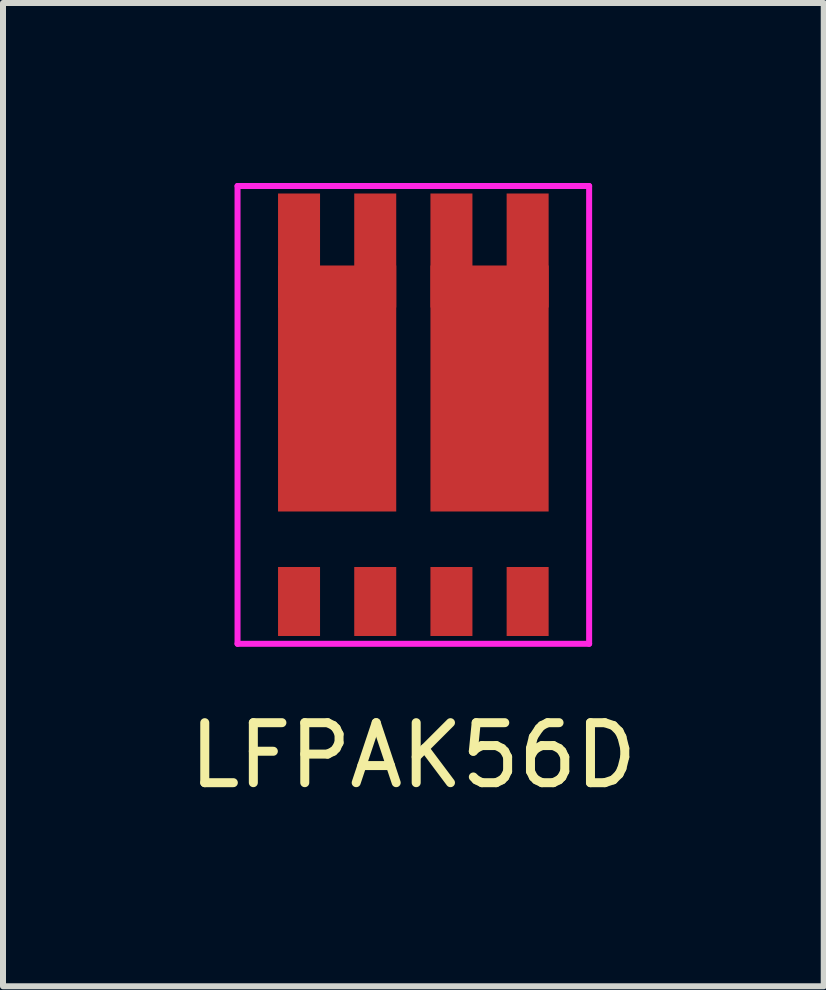
<source format=kicad_pcb>
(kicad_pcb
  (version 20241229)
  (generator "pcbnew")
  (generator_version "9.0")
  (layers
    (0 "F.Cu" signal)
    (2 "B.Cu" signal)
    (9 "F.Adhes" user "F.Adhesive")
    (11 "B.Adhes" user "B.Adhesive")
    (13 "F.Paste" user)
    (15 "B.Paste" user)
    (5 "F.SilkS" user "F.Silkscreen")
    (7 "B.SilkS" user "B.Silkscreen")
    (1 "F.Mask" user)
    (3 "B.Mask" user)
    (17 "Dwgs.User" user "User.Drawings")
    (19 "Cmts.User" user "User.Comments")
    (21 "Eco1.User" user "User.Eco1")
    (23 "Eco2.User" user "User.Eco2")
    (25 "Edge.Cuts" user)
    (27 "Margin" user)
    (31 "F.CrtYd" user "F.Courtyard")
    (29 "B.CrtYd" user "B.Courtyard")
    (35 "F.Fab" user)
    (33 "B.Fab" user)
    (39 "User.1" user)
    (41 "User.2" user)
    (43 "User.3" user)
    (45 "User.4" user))
  (footprint "LFPAK56D"
    (layer "F.Cu")
    (at 3.839 3.7)
    (property "Reference" "LFPAK56D" (at 0 5.84 0) (layer "F.SilkS") (effects (font (size 1 1) (thickness 0.15))))
    (attr through_hole)
    (fp_poly (pts (xy -0.72 -0.25) (xy -1.82 -0.25) (xy -1.82 -1.25) (xy -0.72 -1.25)) (stroke (width 0.1) (type solid)) (fill yes) (layer "F.Paste"))
    (fp_poly (pts (xy -0.72 1.55) (xy -1.82 1.55) (xy -1.82 0.55) (xy -0.72 0.55)) (stroke (width 0.1) (type solid)) (fill yes) (layer "F.Paste"))
    (fp_poly (pts (xy 1.82 -0.25) (xy 0.72 -0.25) (xy 0.72 -1.25) (xy 1.82 -1.25)) (stroke (width 0.1) (type solid)) (fill yes) (layer "F.Paste"))
    (fp_poly (pts (xy 1.82 1.55) (xy 0.72 1.55) (xy 0.72 0.55) (xy 1.82 0.55)) (stroke (width 0.1) (type solid)) (fill yes) (layer "F.Paste"))
    (fp_line (start -2.93 -3.65) (end 2.93 -3.65) (stroke (width 0.1) (type solid)) (layer "F.CrtYd"))
    (fp_line (start -2.93 3.98) (end -2.93 -3.65) (stroke (width 0.1) (type solid)) (layer "F.CrtYd"))
    (fp_line (start 2.93 -3.65) (end 2.93 3.98) (stroke (width 0.1) (type solid)) (layer "F.CrtYd"))
    (fp_line (start 2.93 3.98) (end -2.93 3.98) (stroke (width 0.1) (type solid)) (layer "F.CrtYd"))
    (pad "1" smd rect (at -1.905 3.275) (size 0.7 1.15) (layers "F.Cu" "F.Mask" "F.Paste"))
    (pad "2" smd rect (at -0.635 3.275) (size 0.7 1.15) (layers "F.Cu" "F.Mask" "F.Paste"))
    (pad "3" smd rect (at 0.635 3.275) (size 0.7 1.15) (layers "F.Cu" "F.Mask" "F.Paste"))
    (pad "4" smd rect (at 1.905 3.275) (size 0.7 1.15) (layers "F.Cu" "F.Mask" "F.Paste"))
    (pad "5" smd rect (at 1.27 -0.275) (size 1.97 4.1) (layers "F.Cu" "F.Mask"))
    (pad "5" smd rect (at 1.905 -2.575) (size 0.7 1.9) (layers "F.Cu" "F.Mask" "F.Paste"))
    (pad "6" smd rect (at 0.635 -2.575) (size 0.7 1.9) (layers "F.Cu" "F.Mask" "F.Paste"))
    (pad "7" smd rect (at -1.27 -0.275) (size 1.97 4.1) (layers "F.Cu" "F.Mask"))
    (pad "7" smd rect (at -0.635 -2.575) (size 0.7 1.9) (layers "F.Cu" "F.Mask" "F.Paste"))
    (pad "8" smd rect (at -1.905 -2.575) (size 0.7 1.9) (layers "F.Cu" "F.Mask" "F.Paste")))
  (gr_rect
    (start -3 -3)
    (end 10.679 13.388)
    (stroke (width 0.1) (type default))
    (fill no)
    (layer "Edge.Cuts")))
</source>
